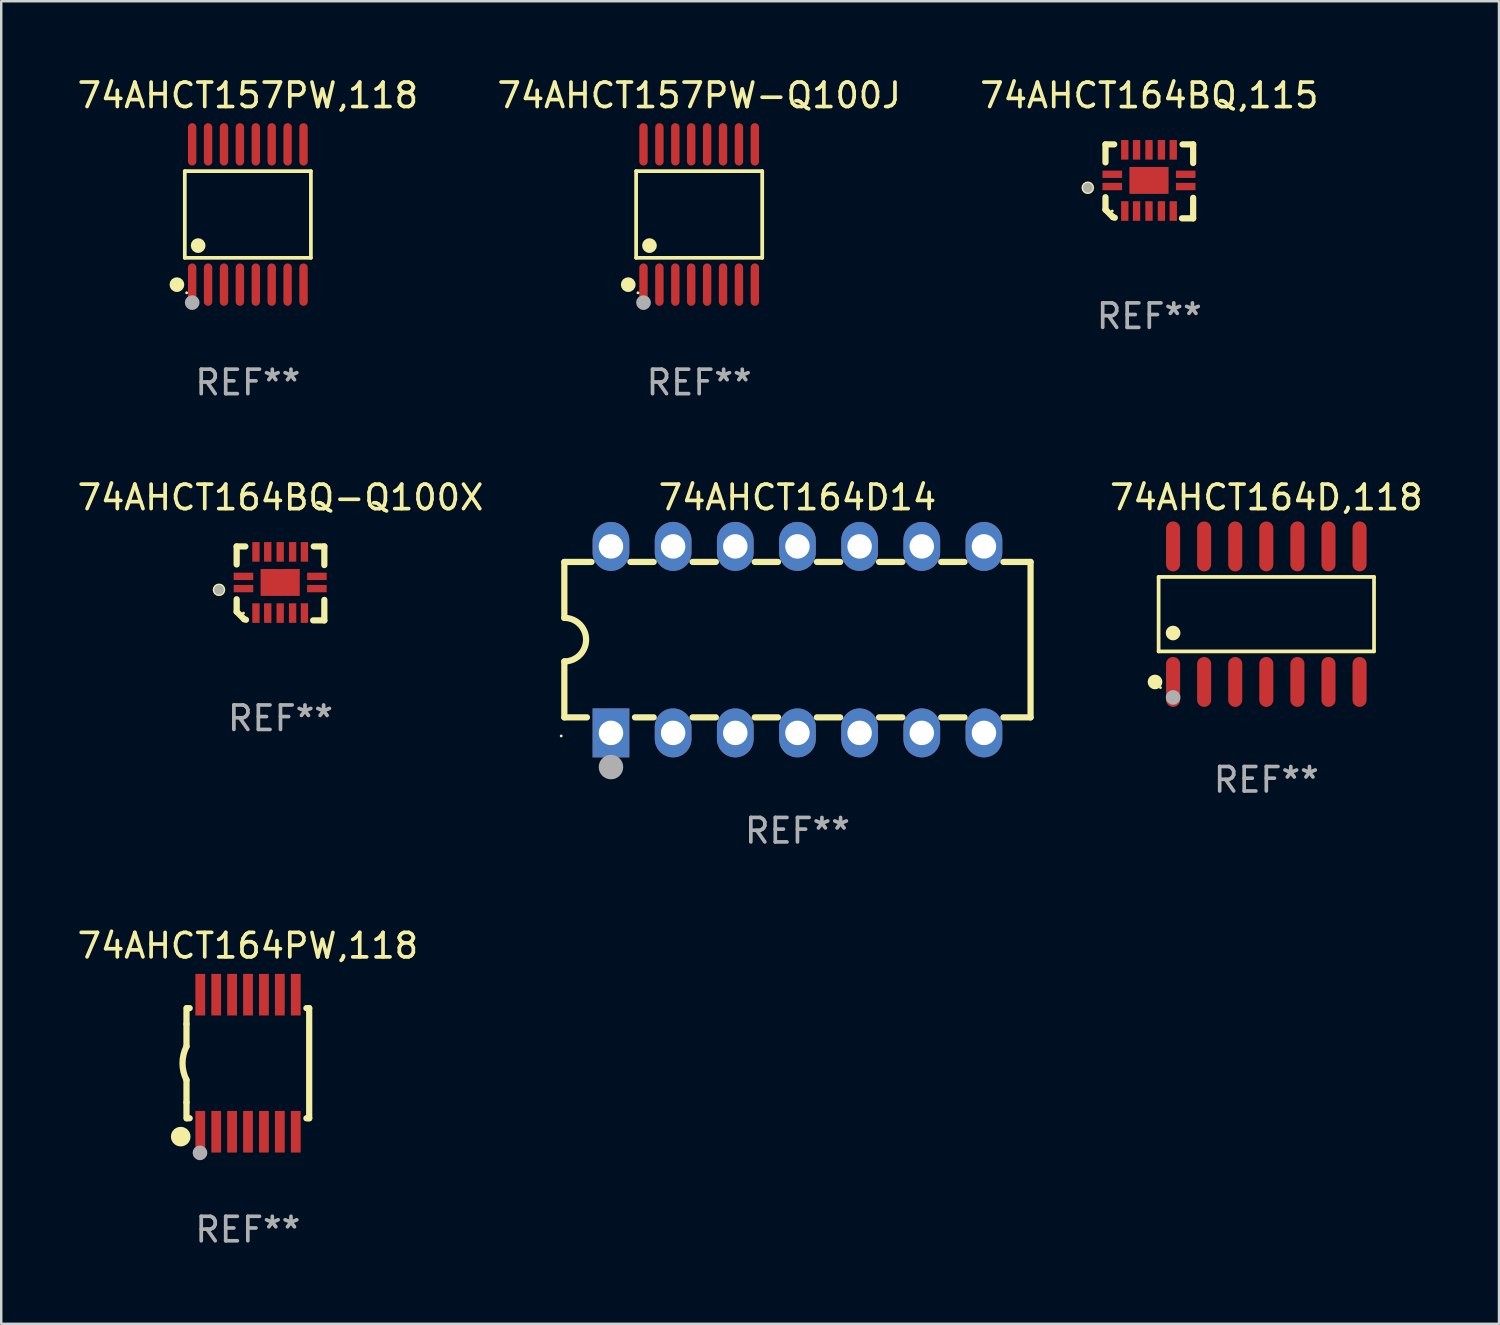
<source format=kicad_pcb>
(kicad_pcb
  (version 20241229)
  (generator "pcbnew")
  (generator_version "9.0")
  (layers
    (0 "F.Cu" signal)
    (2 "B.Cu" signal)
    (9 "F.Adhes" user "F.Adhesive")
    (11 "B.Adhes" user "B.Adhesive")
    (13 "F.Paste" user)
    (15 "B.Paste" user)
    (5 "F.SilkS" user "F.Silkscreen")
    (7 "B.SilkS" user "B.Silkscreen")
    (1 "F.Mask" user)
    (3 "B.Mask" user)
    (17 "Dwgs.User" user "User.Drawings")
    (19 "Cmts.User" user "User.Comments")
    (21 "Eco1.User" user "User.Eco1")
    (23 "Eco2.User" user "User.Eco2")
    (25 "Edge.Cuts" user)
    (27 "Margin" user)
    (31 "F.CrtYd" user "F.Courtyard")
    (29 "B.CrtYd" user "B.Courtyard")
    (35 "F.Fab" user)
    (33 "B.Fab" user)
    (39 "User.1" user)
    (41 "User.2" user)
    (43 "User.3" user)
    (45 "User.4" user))
  (footprint "74AHCT164D,118"
    (layer "F.Cu")
    (at 48.692 22.045)
    (property "Reference" "74AHCT164D,118" (at 0 -4.769 0) (layer "F.SilkS") (effects (font (size 1 1) (thickness 0.15))))
    (attr through_hole)
    (fp_line (start -4.401 -1.521) (end 4.401 -1.521) (stroke (width 0.152) (type solid)) (layer "F.SilkS"))
    (fp_line (start -4.401 1.521) (end -4.401 -1.521) (stroke (width 0.152) (type solid)) (layer "F.SilkS"))
    (fp_line (start 4.401 -1.521) (end 4.401 1.521) (stroke (width 0.152) (type solid)) (layer "F.SilkS"))
    (fp_line (start 4.401 1.521) (end -4.401 1.521) (stroke (width 0.152) (type solid)) (layer "F.SilkS"))
    (fp_circle (center -4.549 2.769) (end -4.399 2.769) (stroke (width 0.3) (type solid)) (fill no) (layer "F.SilkS"))
    (fp_circle (center -4.325 3) (end -4.295 3) (stroke (width 0.06) (type solid)) (fill no) (layer "F.SilkS"))
    (fp_circle (center -3.81 0.769) (end -3.66 0.769) (stroke (width 0.3) (type solid)) (fill no) (layer "F.SilkS"))
    (fp_circle (center -3.81 3.4) (end -3.66 3.4) (stroke (width 0.3) (type solid)) (fill no) (layer "F.Fab"))
    (fp_text user "REF**" (at 0 6.769 0) (layer "F.Fab") (effects (font (size 1 1) (thickness 0.15))))
    (pad "1" smd oval (at -3.81 2.769) (size 0.574 2.038) (layers "F.Cu" "F.Mask" "F.Paste"))
    (pad "2" smd oval (at -2.54 2.769) (size 0.574 2.038) (layers "F.Cu" "F.Mask" "F.Paste"))
    (pad "3" smd oval (at -1.27 2.769) (size 0.574 2.038) (layers "F.Cu" "F.Mask" "F.Paste"))
    (pad "4" smd oval (at 0 2.769) (size 0.574 2.038) (layers "F.Cu" "F.Mask" "F.Paste"))
    (pad "5" smd oval (at 1.27 2.769) (size 0.574 2.038) (layers "F.Cu" "F.Mask" "F.Paste"))
    (pad "6" smd oval (at 2.54 2.769) (size 0.574 2.038) (layers "F.Cu" "F.Mask" "F.Paste"))
    (pad "7" smd oval (at 3.81 2.769) (size 0.574 2.038) (layers "F.Cu" "F.Mask" "F.Paste"))
    (pad "8" smd oval (at 3.81 -2.769) (size 0.574 2.038) (layers "F.Cu" "F.Mask" "F.Paste"))
    (pad "9" smd oval (at 2.54 -2.769) (size 0.574 2.038) (layers "F.Cu" "F.Mask" "F.Paste"))
    (pad "10" smd oval (at 1.27 -2.769) (size 0.574 2.038) (layers "F.Cu" "F.Mask" "F.Paste"))
    (pad "11" smd oval (at 0 -2.769) (size 0.574 2.038) (layers "F.Cu" "F.Mask" "F.Paste"))
    (pad "12" smd oval (at -1.27 -2.769) (size 0.574 2.038) (layers "F.Cu" "F.Mask" "F.Paste"))
    (pad "13" smd oval (at -2.54 -2.769) (size 0.574 2.038) (layers "F.Cu" "F.Mask" "F.Paste"))
    (pad "14" smd oval (at -3.81 -2.769) (size 0.574 2.038) (layers "F.Cu" "F.Mask" "F.Paste")))
  (footprint "74AHCT164PW,118"
    (layer "F.Cu")
    (at 7.077 40.393)
    (property "Reference" "74AHCT164PW,118" (at 0 -4.8 0) (layer "F.SilkS") (effects (font (size 1 1) (thickness 0.15))))
    (attr through_hole)
    (fp_line (start -2.507 -1.6) (end -2.507 -2.25) (stroke (width 0.254) (type solid)) (layer "F.SilkS"))
    (fp_line (start -2.507 -0.686) (end -2.507 -1.6) (stroke (width 0.254) (type solid)) (layer "F.SilkS"))
    (fp_line (start -2.507 1.6) (end -2.507 0.686) (stroke (width 0.254) (type solid)) (layer "F.SilkS"))
    (fp_line (start -2.507 1.6) (end -2.507 2.25) (stroke (width 0.254) (type solid)) (layer "F.SilkS"))
    (fp_line (start -2.493 -2.25) (end -2.377 -2.25) (stroke (width 0.254) (type solid)) (layer "F.SilkS"))
    (fp_line (start -2.377 2.25) (end -2.493 2.25) (stroke (width 0.254) (type solid)) (layer "F.SilkS"))
    (fp_line (start 2.392 -2.25) (end 2.507 -2.25) (stroke (width 0.254) (type solid)) (layer "F.SilkS"))
    (fp_line (start 2.507 -2.25) (end 2.507 2.25) (stroke (width 0.254) (type solid)) (layer "F.SilkS"))
    (fp_line (start 2.507 2.25) (end 2.392 2.25) (stroke (width 0.254) (type solid)) (layer "F.SilkS"))
    (fp_arc (start -2.507303 0.685802) (mid -2.669199 0) (end -2.507303 -0.685801) (stroke (width 0.254001) (type solid)) (layer "F.SilkS"))
    (fp_circle (center -2.743 3) (end -2.543 3) (stroke (width 0.4) (type solid)) (fill no) (layer "F.SilkS"))
    (fp_circle (center -2.493 3.2) (end -2.463 3.2) (stroke (width 0.06) (type solid)) (fill no) (layer "F.SilkS"))
    (fp_circle (center -1.957 3.662) (end -1.807 3.662) (stroke (width 0.3) (type solid)) (fill no) (layer "F.Fab"))
    (fp_text user "REF**" (at 0 6.8 0) (layer "F.Fab") (effects (font (size 1 1) (thickness 0.15))))
    (pad "1" smd rect (at -1.943 2.8) (size 0.4 1.7) (layers "F.Cu" "F.Mask" "F.Paste"))
    (pad "2" smd rect (at -1.293 2.8) (size 0.4 1.7) (layers "F.Cu" "F.Mask" "F.Paste"))
    (pad "3" smd rect (at -0.643 2.8) (size 0.4 1.7) (layers "F.Cu" "F.Mask" "F.Paste"))
    (pad "4" smd rect (at 0.007 2.8) (size 0.4 1.7) (layers "F.Cu" "F.Mask" "F.Paste"))
    (pad "5" smd rect (at 0.657 2.8) (size 0.4 1.7) (layers "F.Cu" "F.Mask" "F.Paste"))
    (pad "6" smd rect (at 1.307 2.8) (size 0.4 1.7) (layers "F.Cu" "F.Mask" "F.Paste"))
    (pad "7" smd rect (at 1.957 2.8) (size 0.4 1.7) (layers "F.Cu" "F.Mask" "F.Paste"))
    (pad "8" smd rect (at 1.957 -2.8) (size 0.4 1.7) (layers "F.Cu" "F.Mask" "F.Paste"))
    (pad "9" smd rect (at 1.307 -2.8) (size 0.4 1.7) (layers "F.Cu" "F.Mask" "F.Paste"))
    (pad "10" smd rect (at 0.657 -2.8) (size 0.4 1.7) (layers "F.Cu" "F.Mask" "F.Paste"))
    (pad "11" smd rect (at 0.007 -2.8) (size 0.4 1.7) (layers "F.Cu" "F.Mask" "F.Paste"))
    (pad "12" smd rect (at -0.643 -2.8) (size 0.4 1.7) (layers "F.Cu" "F.Mask" "F.Paste"))
    (pad "13" smd rect (at -1.293 -2.8) (size 0.4 1.7) (layers "F.Cu" "F.Mask" "F.Paste"))
    (pad "14" smd rect (at -1.943 -2.8) (size 0.4 1.7) (layers "F.Cu" "F.Mask" "F.Paste")))
  (footprint "74AHCT157PW,118"
    (layer "F.Cu")
    (at 7.077 5.714)
    (property "Reference" "74AHCT157PW,118" (at 0 -4.866 0) (layer "F.SilkS") (effects (font (size 1 1) (thickness 0.15))))
    (attr through_hole)
    (fp_line (start -2.576 -1.772) (end 2.576 -1.772) (stroke (width 0.152) (type solid)) (layer "F.SilkS"))
    (fp_line (start -2.576 1.771) (end -2.576 -1.772) (stroke (width 0.152) (type solid)) (layer "F.SilkS"))
    (fp_line (start 2.576 -1.772) (end 2.576 1.771) (stroke (width 0.152) (type solid)) (layer "F.SilkS"))
    (fp_line (start 2.576 1.771) (end -2.576 1.771) (stroke (width 0.152) (type solid)) (layer "F.SilkS"))
    (fp_circle (center -2.899 2.866) (end -2.749 2.866) (stroke (width 0.3) (type solid)) (fill no) (layer "F.SilkS"))
    (fp_circle (center -2.5 3.2) (end -2.47 3.2) (stroke (width 0.06) (type solid)) (fill no) (layer "F.SilkS"))
    (fp_circle (center -2.032 1.27) (end -1.882 1.27) (stroke (width 0.3) (type solid)) (fill no) (layer "F.SilkS"))
    (fp_circle (center -2.275 3.6) (end -2.125 3.6) (stroke (width 0.3) (type solid)) (fill no) (layer "F.Fab"))
    (fp_text user "REF**" (at 0 6.866 0) (layer "F.Fab") (effects (font (size 1 1) (thickness 0.15))))
    (pad "1" smd oval (at -2.275 2.866) (size 0.343 1.731) (layers "F.Cu" "F.Mask" "F.Paste"))
    (pad "2" smd oval (at -1.625 2.866) (size 0.343 1.731) (layers "F.Cu" "F.Mask" "F.Paste"))
    (pad "3" smd oval (at -0.975 2.866) (size 0.343 1.731) (layers "F.Cu" "F.Mask" "F.Paste"))
    (pad "4" smd oval (at -0.325 2.866) (size 0.343 1.731) (layers "F.Cu" "F.Mask" "F.Paste"))
    (pad "5" smd oval (at 0.325 2.866) (size 0.343 1.731) (layers "F.Cu" "F.Mask" "F.Paste"))
    (pad "6" smd oval (at 0.975 2.866) (size 0.343 1.731) (layers "F.Cu" "F.Mask" "F.Paste"))
    (pad "7" smd oval (at 1.625 2.866) (size 0.343 1.731) (layers "F.Cu" "F.Mask" "F.Paste"))
    (pad "8" smd oval (at 2.275 2.866) (size 0.343 1.731) (layers "F.Cu" "F.Mask" "F.Paste"))
    (pad "9" smd oval (at 2.275 -2.866) (size 0.343 1.731) (layers "F.Cu" "F.Mask" "F.Paste"))
    (pad "10" smd oval (at 1.625 -2.866) (size 0.343 1.731) (layers "F.Cu" "F.Mask" "F.Paste"))
    (pad "11" smd oval (at 0.975 -2.866) (size 0.343 1.731) (layers "F.Cu" "F.Mask" "F.Paste"))
    (pad "12" smd oval (at 0.325 -2.866) (size 0.343 1.731) (layers "F.Cu" "F.Mask" "F.Paste"))
    (pad "13" smd oval (at -0.325 -2.866) (size 0.343 1.731) (layers "F.Cu" "F.Mask" "F.Paste"))
    (pad "14" smd oval (at -0.975 -2.866) (size 0.343 1.731) (layers "F.Cu" "F.Mask" "F.Paste"))
    (pad "15" smd oval (at -1.625 -2.866) (size 0.343 1.731) (layers "F.Cu" "F.Mask" "F.Paste"))
    (pad "16" smd oval (at -2.275 -2.866) (size 0.343 1.731) (layers "F.Cu" "F.Mask" "F.Paste")))
  (footprint "74AHCT164D14"
    (layer "F.Cu")
    (at 29.534 23.086)
    (property "Reference" "74AHCT164D14" (at 0 -5.81 0) (layer "F.SilkS") (effects (font (size 1 1) (thickness 0.15))))
    (attr through_hole)
    (fp_line (start -9.525 -3.175) (end -9.525 -0.889) (stroke (width 0.254) (type solid)) (layer "F.SilkS"))
    (fp_line (start -9.525 -3.175) (end -8.414 -3.175) (stroke (width 0.254) (type solid)) (layer "F.SilkS"))
    (fp_line (start -9.525 3.175) (end -9.525 0.889) (stroke (width 0.254) (type solid)) (layer "F.SilkS"))
    (fp_line (start -8.601 3.175) (end -9.525 3.175) (stroke (width 0.254) (type solid)) (layer "F.SilkS"))
    (fp_line (start -6.826 -3.175) (end -5.874 -3.175) (stroke (width 0.254) (type solid)) (layer "F.SilkS"))
    (fp_line (start -5.874 3.175) (end -6.639 3.175) (stroke (width 0.254) (type solid)) (layer "F.SilkS"))
    (fp_line (start -4.286 -3.175) (end -3.334 -3.175) (stroke (width 0.254) (type solid)) (layer "F.SilkS"))
    (fp_line (start -3.334 3.175) (end -4.286 3.175) (stroke (width 0.254) (type solid)) (layer "F.SilkS"))
    (fp_line (start -1.746 -3.175) (end -0.794 -3.175) (stroke (width 0.254) (type solid)) (layer "F.SilkS"))
    (fp_line (start -0.794 3.175) (end -1.746 3.175) (stroke (width 0.254) (type solid)) (layer "F.SilkS"))
    (fp_line (start 0.794 -3.175) (end 1.746 -3.175) (stroke (width 0.254) (type solid)) (layer "F.SilkS"))
    (fp_line (start 1.746 3.175) (end 0.794 3.175) (stroke (width 0.254) (type solid)) (layer "F.SilkS"))
    (fp_line (start 3.334 -3.175) (end 4.286 -3.175) (stroke (width 0.254) (type solid)) (layer "F.SilkS"))
    (fp_line (start 4.286 3.175) (end 3.334 3.175) (stroke (width 0.254) (type solid)) (layer "F.SilkS"))
    (fp_line (start 5.874 -3.175) (end 6.826 -3.175) (stroke (width 0.254) (type solid)) (layer "F.SilkS"))
    (fp_line (start 6.826 3.175) (end 5.874 3.175) (stroke (width 0.254) (type solid)) (layer "F.SilkS"))
    (fp_line (start 8.414 -3.175) (end 9.525 -3.175) (stroke (width 0.254) (type solid)) (layer "F.SilkS"))
    (fp_line (start 9.525 -3.175) (end 9.525 3.175) (stroke (width 0.254) (type solid)) (layer "F.SilkS"))
    (fp_line (start 9.525 3.175) (end 8.414 3.175) (stroke (width 0.254) (type solid)) (layer "F.SilkS"))
    (fp_arc (start -9.525019 -0.889002) (mid -8.636017 0) (end -9.525019 0.889002) (stroke (width 0.254001) (type solid)) (layer "F.SilkS"))
    (fp_circle (center -9.653 3.935) (end -9.623 3.935) (stroke (width 0.06) (type solid)) (fill no) (layer "F.SilkS"))
    (fp_circle (center -7.62 5.207) (end -7.37 5.207) (stroke (width 0.5) (type solid)) (fill no) (layer "F.Fab"))
    (fp_text user "REF**" (at 0 7.81 0) (layer "F.Fab") (effects (font (size 1 1) (thickness 0.15))))
    (pad "1" thru_hole rect (at -7.62 3.81) (size 1.5 2) (drill 1) (layers "*.Cu" "*.Mask"))
    (pad "2" thru_hole oval (at -5.08 3.81) (size 1.5 2) (drill 1) (layers "*.Cu" "*.Mask"))
    (pad "3" thru_hole oval (at -2.54 3.81) (size 1.5 2) (drill 1) (layers "*.Cu" "*.Mask"))
    (pad "4" thru_hole oval (at 0 3.81) (size 1.5 2) (drill 1) (layers "*.Cu" "*.Mask"))
    (pad "5" thru_hole oval (at 2.54 3.81) (size 1.5 2) (drill 1) (layers "*.Cu" "*.Mask"))
    (pad "6" thru_hole oval (at 5.08 3.81) (size 1.5 2) (drill 1) (layers "*.Cu" "*.Mask"))
    (pad "7" thru_hole oval (at 7.62 3.81) (size 1.5 2) (drill 1) (layers "*.Cu" "*.Mask"))
    (pad "8" thru_hole oval (at 7.62 -3.81) (size 1.5 2) (drill 1) (layers "*.Cu" "*.Mask"))
    (pad "9" thru_hole oval (at 5.08 -3.81) (size 1.5 2) (drill 1) (layers "*.Cu" "*.Mask"))
    (pad "10" thru_hole oval (at 2.54 -3.81) (size 1.5 2) (drill 1) (layers "*.Cu" "*.Mask"))
    (pad "11" thru_hole oval (at 0 -3.81) (size 1.5 2) (drill 1) (layers "*.Cu" "*.Mask"))
    (pad "12" thru_hole oval (at -2.54 -3.81) (size 1.5 2) (drill 1) (layers "*.Cu" "*.Mask"))
    (pad "13" thru_hole oval (at -5.08 -3.81) (size 1.5 2) (drill 1) (layers "*.Cu" "*.Mask"))
    (pad "14" thru_hole oval (at -7.62 -3.81) (size 1.5 2) (drill 1) (layers "*.Cu" "*.Mask")))
  (footprint "74AHCT164BQ,115"
    (layer "F.Cu")
    (at 43.911 4.36)
    (property "Reference" "74AHCT164BQ,115" (at 0 -3.511 0) (layer "F.SilkS") (effects (font (size 1 1) (thickness 0.15))))
    (attr through_hole)
    (fp_line (start -1.791 -1.511) (end -1.435 -1.511) (stroke (width 0.254) (type solid)) (layer "F.SilkS"))
    (fp_line (start -1.791 -0.775) (end -1.791 -1.511) (stroke (width 0.254) (type solid)) (layer "F.SilkS"))
    (fp_line (start -1.791 1.156) (end -1.791 0.648) (stroke (width 0.254) (type solid)) (layer "F.SilkS"))
    (fp_line (start -1.486 1.461) (end -1.791 1.156) (stroke (width 0.254) (type solid)) (layer "F.SilkS"))
    (fp_line (start -1.41 1.486) (end -1.486 1.461) (stroke (width 0.254) (type solid)) (layer "F.SilkS"))
    (fp_line (start 1.334 1.511) (end 1.791 1.511) (stroke (width 0.254) (type solid)) (layer "F.SilkS"))
    (fp_line (start 1.791 -1.511) (end 1.359 -1.511) (stroke (width 0.254) (type solid)) (layer "F.SilkS"))
    (fp_line (start 1.791 -0.749) (end 1.791 -1.511) (stroke (width 0.254) (type solid)) (layer "F.SilkS"))
    (fp_line (start 1.791 1.511) (end 1.791 0.673) (stroke (width 0.254) (type solid)) (layer "F.SilkS"))
    (fp_circle (center -2.513 0.262) (end -2.383 0.262) (stroke (width 0.254) (type solid)) (fill no) (layer "F.SilkS"))
    (fp_circle (center -1.513 1.212) (end -1.483 1.212) (stroke (width 0.06) (type solid)) (fill no) (layer "F.SilkS"))
    (fp_circle (center -2.513 0.262) (end -2.413 0.262) (stroke (width 0.2) (type solid)) (fill no) (layer "F.Fab"))
    (fp_text user "REF**" (at 0 5.511 0) (layer "F.Fab") (effects (font (size 1 1) (thickness 0.15))))
    (pad "1" smd rect (at -1.513 0.212) (size 0.8 0.3) (layers "F.Cu" "F.Mask" "F.Paste"))
    (pad "2" smd rect (at -1.003 1.212) (size 0.3 0.8) (layers "F.Cu" "F.Mask" "F.Paste"))
    (pad "3" smd rect (at -0.521 1.212) (size 0.3 0.8) (layers "F.Cu" "F.Mask" "F.Paste"))
    (pad "4" smd rect (at -0.013 1.212) (size 0.3 0.8) (layers "F.Cu" "F.Mask" "F.Paste"))
    (pad "5" smd rect (at 0.495 1.212) (size 0.3 0.8) (layers "F.Cu" "F.Mask" "F.Paste"))
    (pad "6" smd rect (at 0.978 1.212) (size 0.3 0.8) (layers "F.Cu" "F.Mask" "F.Paste"))
    (pad "7" smd rect (at 1.487 0.212) (size 0.8 0.3) (layers "F.Cu" "F.Mask" "F.Paste"))
    (pad "8" smd rect (at 1.487 -0.288) (size 0.8 0.3) (layers "F.Cu" "F.Mask" "F.Paste"))
    (pad "9" smd rect (at 0.978 -1.288) (size 0.3 0.8) (layers "F.Cu" "F.Mask" "F.Paste"))
    (pad "10" smd rect (at 0.495 -1.288) (size 0.3 0.8) (layers "F.Cu" "F.Mask" "F.Paste"))
    (pad "11" smd rect (at -0.013 -1.288) (size 0.3 0.8) (layers "F.Cu" "F.Mask" "F.Paste"))
    (pad "12" smd rect (at -0.521 -1.288) (size 0.3 0.8) (layers "F.Cu" "F.Mask" "F.Paste"))
    (pad "13" smd rect (at -1.003 -1.288) (size 0.3 0.8) (layers "F.Cu" "F.Mask" "F.Paste"))
    (pad "14" smd rect (at -1.513 -0.288) (size 0.8 0.3) (layers "F.Cu" "F.Mask" "F.Paste"))
    (pad "15" smd rect (at -0.013 -0.038 90) (size 1.1 1.6) (layers "F.Cu" "F.Mask" "F.Paste")))
  (footprint "74AHCT164BQ-Q100X"
    (layer "F.Cu")
    (at 8.411 20.788)
    (property "Reference" "74AHCT164BQ-Q100X" (at 0 -3.511 0) (layer "F.SilkS") (effects (font (size 1 1) (thickness 0.15))))
    (attr through_hole)
    (fp_line (start -1.791 -1.511) (end -1.435 -1.511) (stroke (width 0.254) (type solid)) (layer "F.SilkS"))
    (fp_line (start -1.791 -0.775) (end -1.791 -1.511) (stroke (width 0.254) (type solid)) (layer "F.SilkS"))
    (fp_line (start -1.791 1.156) (end -1.791 0.648) (stroke (width 0.254) (type solid)) (layer "F.SilkS"))
    (fp_line (start -1.486 1.461) (end -1.791 1.156) (stroke (width 0.254) (type solid)) (layer "F.SilkS"))
    (fp_line (start -1.41 1.486) (end -1.486 1.461) (stroke (width 0.254) (type solid)) (layer "F.SilkS"))
    (fp_line (start 1.334 1.511) (end 1.791 1.511) (stroke (width 0.254) (type solid)) (layer "F.SilkS"))
    (fp_line (start 1.791 -1.511) (end 1.359 -1.511) (stroke (width 0.254) (type solid)) (layer "F.SilkS"))
    (fp_line (start 1.791 -0.749) (end 1.791 -1.511) (stroke (width 0.254) (type solid)) (layer "F.SilkS"))
    (fp_line (start 1.791 1.511) (end 1.791 0.673) (stroke (width 0.254) (type solid)) (layer "F.SilkS"))
    (fp_circle (center -2.513 0.262) (end -2.383 0.262) (stroke (width 0.254) (type solid)) (fill no) (layer "F.SilkS"))
    (fp_circle (center -1.513 1.212) (end -1.483 1.212) (stroke (width 0.06) (type solid)) (fill no) (layer "F.SilkS"))
    (fp_circle (center -2.513 0.262) (end -2.413 0.262) (stroke (width 0.2) (type solid)) (fill no) (layer "F.Fab"))
    (fp_text user "REF**" (at 0 5.511 0) (layer "F.Fab") (effects (font (size 1 1) (thickness 0.15))))
    (pad "1" smd rect (at -1.513 0.212) (size 0.8 0.3) (layers "F.Cu" "F.Mask" "F.Paste"))
    (pad "2" smd rect (at -1.003 1.212) (size 0.3 0.8) (layers "F.Cu" "F.Mask" "F.Paste"))
    (pad "3" smd rect (at -0.521 1.212) (size 0.3 0.8) (layers "F.Cu" "F.Mask" "F.Paste"))
    (pad "4" smd rect (at -0.013 1.212) (size 0.3 0.8) (layers "F.Cu" "F.Mask" "F.Paste"))
    (pad "5" smd rect (at 0.495 1.212) (size 0.3 0.8) (layers "F.Cu" "F.Mask" "F.Paste"))
    (pad "6" smd rect (at 0.978 1.212) (size 0.3 0.8) (layers "F.Cu" "F.Mask" "F.Paste"))
    (pad "7" smd rect (at 1.487 0.212) (size 0.8 0.3) (layers "F.Cu" "F.Mask" "F.Paste"))
    (pad "8" smd rect (at 1.487 -0.288) (size 0.8 0.3) (layers "F.Cu" "F.Mask" "F.Paste"))
    (pad "9" smd rect (at 0.978 -1.288) (size 0.3 0.8) (layers "F.Cu" "F.Mask" "F.Paste"))
    (pad "10" smd rect (at 0.495 -1.288) (size 0.3 0.8) (layers "F.Cu" "F.Mask" "F.Paste"))
    (pad "11" smd rect (at -0.013 -1.288) (size 0.3 0.8) (layers "F.Cu" "F.Mask" "F.Paste"))
    (pad "12" smd rect (at -0.521 -1.288) (size 0.3 0.8) (layers "F.Cu" "F.Mask" "F.Paste"))
    (pad "13" smd rect (at -1.003 -1.288) (size 0.3 0.8) (layers "F.Cu" "F.Mask" "F.Paste"))
    (pad "14" smd rect (at -1.513 -0.288) (size 0.8 0.3) (layers "F.Cu" "F.Mask" "F.Paste"))
    (pad "15" smd rect (at -0.013 -0.038 90) (size 1.1 1.6) (layers "F.Cu" "F.Mask" "F.Paste")))
  (footprint "74AHCT157PW-Q100J"
    (layer "F.Cu")
    (at 25.518 5.714)
    (property "Reference" "74AHCT157PW-Q100J" (at 0 -4.866 0) (layer "F.SilkS") (effects (font (size 1 1) (thickness 0.15))))
    (attr through_hole)
    (fp_line (start -2.576 -1.772) (end 2.576 -1.772) (stroke (width 0.152) (type solid)) (layer "F.SilkS"))
    (fp_line (start -2.576 1.771) (end -2.576 -1.772) (stroke (width 0.152) (type solid)) (layer "F.SilkS"))
    (fp_line (start 2.576 -1.772) (end 2.576 1.771) (stroke (width 0.152) (type solid)) (layer "F.SilkS"))
    (fp_line (start 2.576 1.771) (end -2.576 1.771) (stroke (width 0.152) (type solid)) (layer "F.SilkS"))
    (fp_circle (center -2.899 2.866) (end -2.749 2.866) (stroke (width 0.3) (type solid)) (fill no) (layer "F.SilkS"))
    (fp_circle (center -2.5 3.2) (end -2.47 3.2) (stroke (width 0.06) (type solid)) (fill no) (layer "F.SilkS"))
    (fp_circle (center -2.032 1.27) (end -1.882 1.27) (stroke (width 0.3) (type solid)) (fill no) (layer "F.SilkS"))
    (fp_circle (center -2.275 3.6) (end -2.125 3.6) (stroke (width 0.3) (type solid)) (fill no) (layer "F.Fab"))
    (fp_text user "REF**" (at 0 6.866 0) (layer "F.Fab") (effects (font (size 1 1) (thickness 0.15))))
    (pad "1" smd oval (at -2.275 2.866) (size 0.343 1.731) (layers "F.Cu" "F.Mask" "F.Paste"))
    (pad "2" smd oval (at -1.625 2.866) (size 0.343 1.731) (layers "F.Cu" "F.Mask" "F.Paste"))
    (pad "3" smd oval (at -0.975 2.866) (size 0.343 1.731) (layers "F.Cu" "F.Mask" "F.Paste"))
    (pad "4" smd oval (at -0.325 2.866) (size 0.343 1.731) (layers "F.Cu" "F.Mask" "F.Paste"))
    (pad "5" smd oval (at 0.325 2.866) (size 0.343 1.731) (layers "F.Cu" "F.Mask" "F.Paste"))
    (pad "6" smd oval (at 0.975 2.866) (size 0.343 1.731) (layers "F.Cu" "F.Mask" "F.Paste"))
    (pad "7" smd oval (at 1.625 2.866) (size 0.343 1.731) (layers "F.Cu" "F.Mask" "F.Paste"))
    (pad "8" smd oval (at 2.275 2.866) (size 0.343 1.731) (layers "F.Cu" "F.Mask" "F.Paste"))
    (pad "9" smd oval (at 2.275 -2.866) (size 0.343 1.731) (layers "F.Cu" "F.Mask" "F.Paste"))
    (pad "10" smd oval (at 1.625 -2.866) (size 0.343 1.731) (layers "F.Cu" "F.Mask" "F.Paste"))
    (pad "11" smd oval (at 0.975 -2.866) (size 0.343 1.731) (layers "F.Cu" "F.Mask" "F.Paste"))
    (pad "12" smd oval (at 0.325 -2.866) (size 0.343 1.731) (layers "F.Cu" "F.Mask" "F.Paste"))
    (pad "13" smd oval (at -0.325 -2.866) (size 0.343 1.731) (layers "F.Cu" "F.Mask" "F.Paste"))
    (pad "14" smd oval (at -0.975 -2.866) (size 0.343 1.731) (layers "F.Cu" "F.Mask" "F.Paste"))
    (pad "15" smd oval (at -1.625 -2.866) (size 0.343 1.731) (layers "F.Cu" "F.Mask" "F.Paste"))
    (pad "16" smd oval (at -2.275 -2.866) (size 0.343 1.731) (layers "F.Cu" "F.Mask" "F.Paste")))
  (gr_rect
    (start -3 -3)
    (end 58.198 51.041)
    (stroke (width 0.1) (type default))
    (fill no)
    (layer "Edge.Cuts")))
</source>
